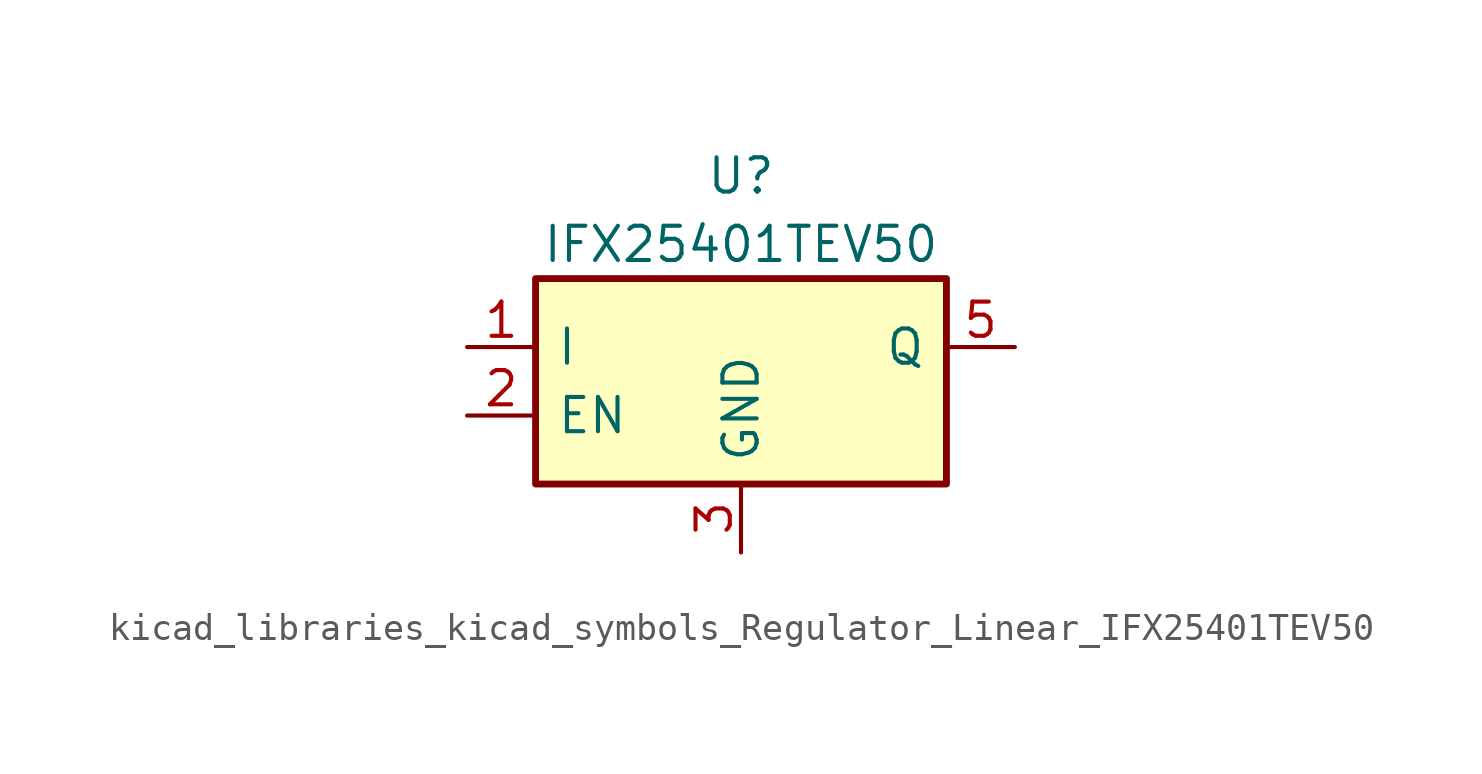
<source format=kicad_sym>
(kicad_symbol_lib
  (version 20220914)
  (generator kicad_symbol_editor)
  (symbol "kicad_libraries_kicad_symbols_Regulator_Linear_IFX25401TEV50"
    (pin_names
      (offset 0.762))
    (property "Reference" "U"
      (at 0 6.35 0)
      (effects (font (size 1.27 1.27))))
    (property "Value" "IFX25401TEV50"
      (at 0 3.81 0)
      (effects (font (size 1.27 1.27))))
    (symbol "kicad_libraries_kicad_symbols_Regulator_Linear_IFX25401TEV50_0_1"
      (rectangle (start -7.62 2.54) (end 7.62 -5.08) (stroke (width 0.254) (type default)) (fill (type background))))
    (symbol "kicad_libraries_kicad_symbols_Regulator_Linear_IFX25401TEV50_1_1"
      (pin power_in line (at -10.16 0 0) (length 2.54) (name "I" (effects (font (size 1.27 1.27)))) (number "1" (effects (font (size 1.27 1.27)))))
      (pin input line (at -10.16 -2.54 0) (length 2.54) (name "EN" (effects (font (size 1.27 1.27)))) (number "2" (effects (font (size 1.27 1.27)))))
      (pin power_in line (at 0 -7.62 90) (length 2.54) (name "GND" (effects (font (size 1.27 1.27)))) (number "3" (effects (font (size 1.27 1.27)))))
      (pin no_connect line (at 7.62 -2.54 180) (length 2.54) hide (name "NC" (effects (font (size 1.27 1.27)))) (number "4" (effects (font (size 1.27 1.27)))))
      (pin power_out line (at 10.16 0 180) (length 2.54) (name "Q" (effects (font (size 1.27 1.27)))) (number "5" (effects (font (size 1.27 1.27))))))))
</source>
